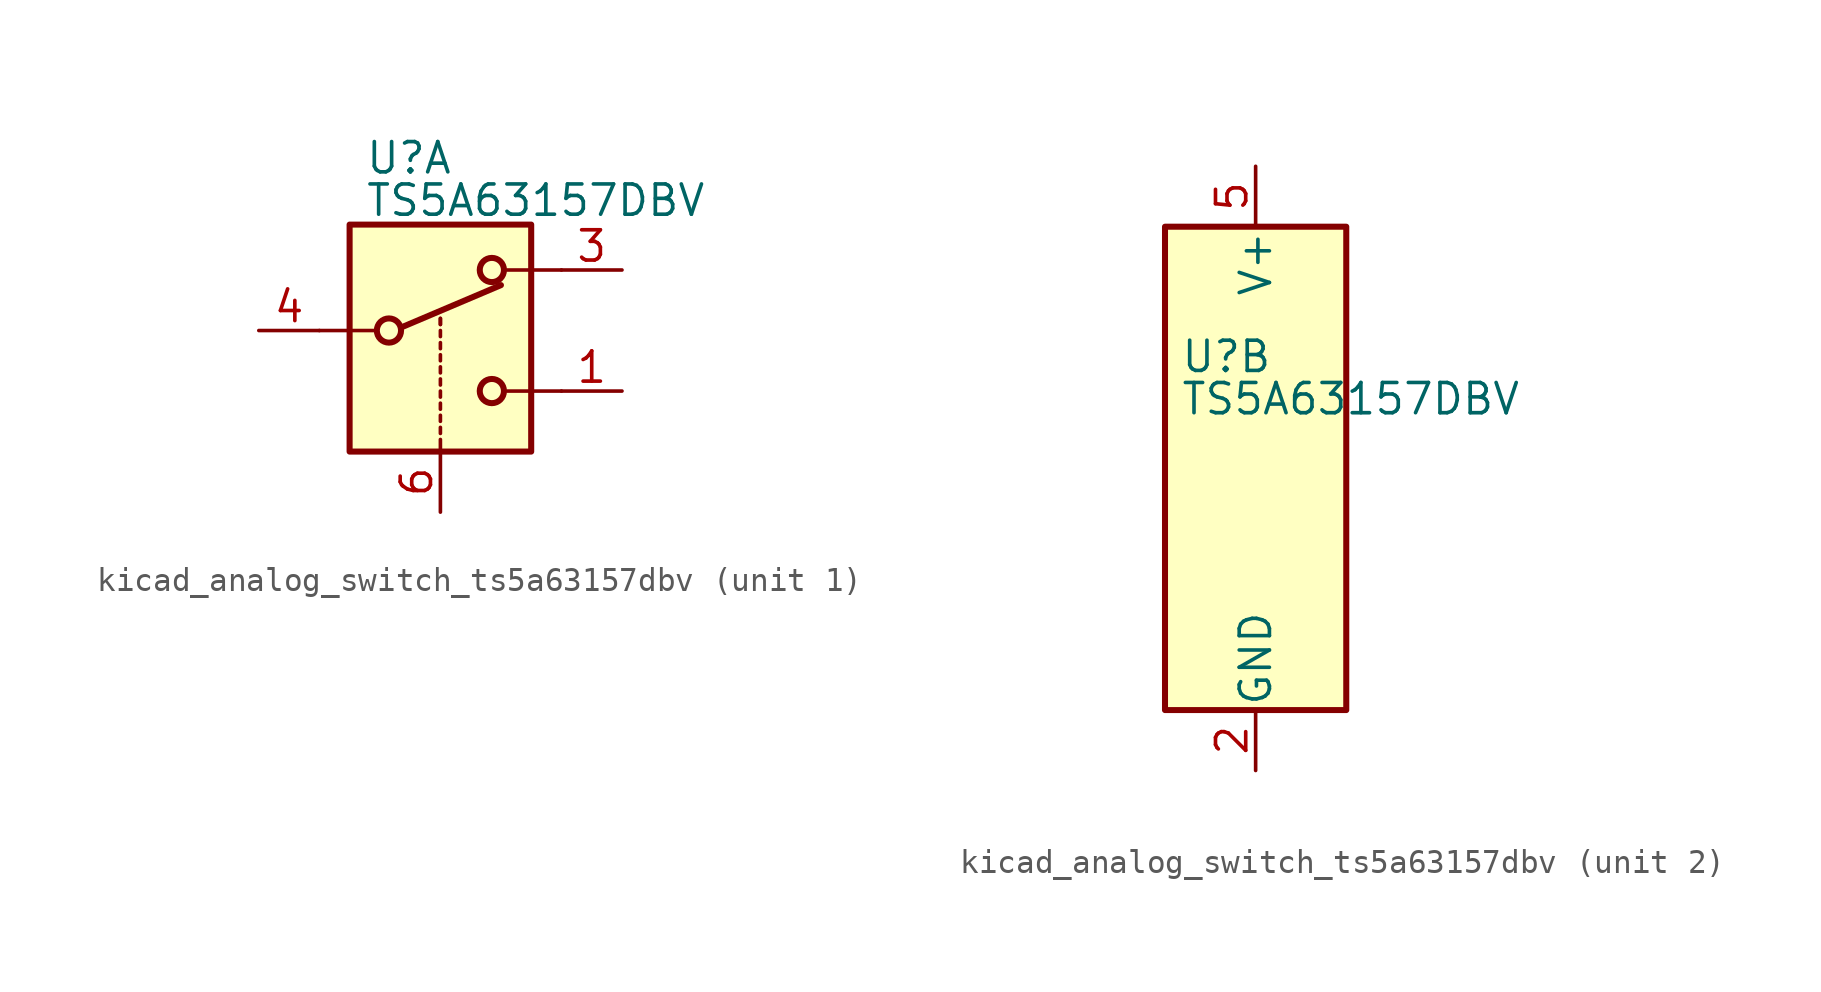
<source format=kicad_sym>
(kicad_symbol_lib
  (version 20220914)
  (generator kicad_symbol_editor)
  (symbol "kicad_analog_switch_ts5a63157dbv"
    (pin_names
      (offset 0.127))
    (property "Reference" "U"
      (at -3.175 4.699 0)
      (effects (font (size 1.27 1.27)) (justify left)))
    (property "Value" "TS5A63157DBV"
      (at -3.175 2.921 0)
      (effects (font (size 1.27 1.27)) (justify left)))
    (symbol "kicad_analog_switch_ts5a63157dbv_1_1"
      (rectangle (start -3.81 1.905) (end 3.81 -7.62) (stroke (width 0.254) (type default)) (fill (type background)))
      (circle (center -2.159 -2.54) (radius 0.508) (stroke (width 0.254) (type default)) (fill (type none)))
      (polyline (pts (xy -5.08 -2.54) (xy -2.794 -2.54)) (stroke (width 0) (type default)) (fill (type none)))
      (polyline (pts (xy -1.651 -2.413) (xy 2.54 -0.635)) (stroke (width 0.254) (type default)) (fill (type none)))
      (polyline (pts (xy 0 -7.62) (xy 0 -7.112)) (stroke (width 0) (type default)) (fill (type none)))
      (polyline (pts (xy 0 -6.858) (xy 0 -6.604)) (stroke (width 0) (type default)) (fill (type none)))
      (polyline (pts (xy 0 -6.35) (xy 0 -6.096)) (stroke (width 0) (type default)) (fill (type none)))
      (polyline (pts (xy 0 -5.842) (xy 0 -5.588)) (stroke (width 0) (type default)) (fill (type none)))
      (polyline (pts (xy 0 -5.334) (xy 0 -5.08)) (stroke (width 0) (type default)) (fill (type none)))
      (polyline (pts (xy 0 -4.826) (xy 0 -4.572)) (stroke (width 0) (type default)) (fill (type none)))
      (polyline (pts (xy 0 -4.318) (xy 0 -4.064)) (stroke (width 0) (type default)) (fill (type none)))
      (polyline (pts (xy 0 -3.81) (xy 0 -3.556)) (stroke (width 0) (type default)) (fill (type none)))
      (polyline (pts (xy 0 -3.302) (xy 0 -3.048)) (stroke (width 0) (type default)) (fill (type none)))
      (polyline (pts (xy 0 -2.794) (xy 0 -2.54)) (stroke (width 0) (type default)) (fill (type none)))
      (polyline (pts (xy 0 -2.286) (xy 0 -2.032)) (stroke (width 0) (type default)) (fill (type none)))
      (polyline (pts (xy 0 -2.286) (xy 0 -2.032)) (stroke (width 0) (type default)) (fill (type none)))
      (polyline (pts (xy 5.08 -5.08) (xy 2.794 -5.08)) (stroke (width 0) (type default)) (fill (type none)))
      (polyline (pts (xy 5.08 0) (xy 2.794 0)) (stroke (width 0) (type default)) (fill (type none)))
      (circle (center 2.159 -5.08) (radius 0.508) (stroke (width 0.254) (type default)) (fill (type none)))
      (circle (center 2.159 0) (radius 0.508) (stroke (width 0.254) (type default)) (fill (type none)))
      (pin passive line (at 7.62 -5.08 180) (length 2.54) (name "~" (effects (font (size 1.27 1.27)))) (number "1" (effects (font (size 1.27 1.27)))))
      (pin passive line (at 7.62 0 180) (length 2.54) (name "~" (effects (font (size 1.27 1.27)))) (number "3" (effects (font (size 1.27 1.27)))))
      (pin passive line (at -7.62 -2.54 0) (length 2.54) (name "~" (effects (font (size 1.27 1.27)))) (number "4" (effects (font (size 1.27 1.27)))))
      (pin input line (at 0 -10.16 90) (length 2.54) (name "~" (effects (font (size 1.27 1.27)))) (number "6" (effects (font (size 1.27 1.27))))))
    (symbol "kicad_analog_switch_ts5a63157dbv_2_0"
      (pin power_in line (at 0 -12.7 90) (length 2.54) (name "GND" (effects (font (size 1.27 1.27)))) (number "2" (effects (font (size 1.27 1.27)))))
      (pin power_in line (at 0 12.7 270) (length 2.54) (name "V+" (effects (font (size 1.27 1.27)))) (number "5" (effects (font (size 1.27 1.27))))))
    (symbol "kicad_analog_switch_ts5a63157dbv_2_1"
      (rectangle (start -3.81 10.16) (end 3.81 -10.16) (stroke (width 0.254) (type default)) (fill (type background))))))
</source>
